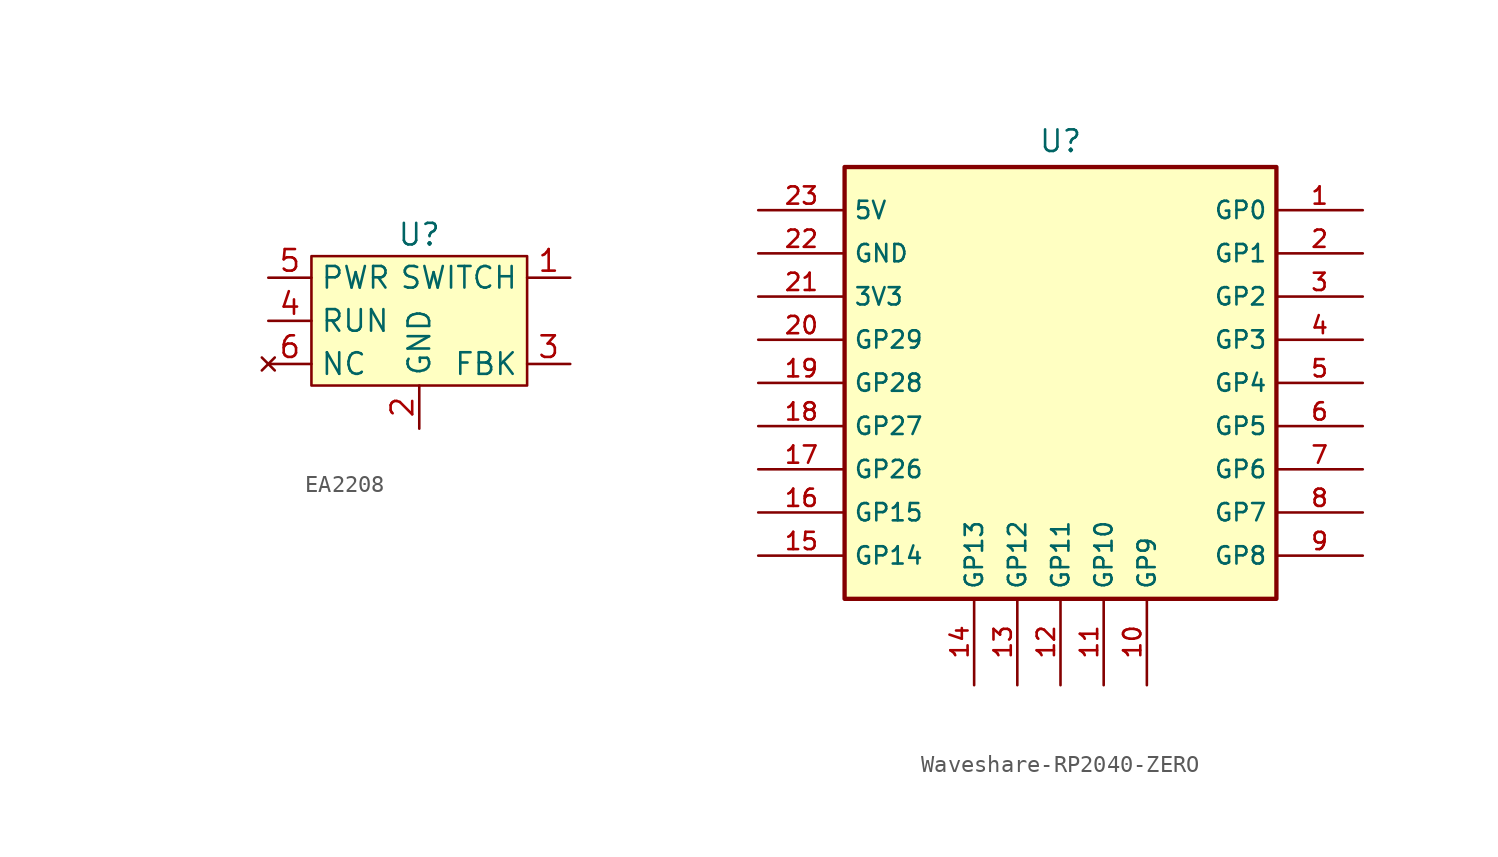
<source format=kicad_sym>
(kicad_symbol_lib
  (version 20231120)
  (generator "kicad_symbol_editor")
  (generator_version "8.0")
  (symbol "EA2208"
    (property "Reference" "U"
      (at 0 5.08 0)
      (effects (font (size 1.27 1.27))))
    (property "Value" ""
      (at -17.78 12.7 0)
      (effects (font (size 1.27 1.27))))
    (symbol "EA2208_1_1"
      (rectangle (start -6.35 3.81) (end 6.35 -3.81) (stroke (width 0) (type default)) (fill (type background)))
      (pin power_out line (at 8.89 2.54 180) (length 2.54) (name "SWITCH" (effects (font (size 1.27 1.27)))) (number "1" (effects (font (size 1.27 1.27)))))
      (pin power_in line (at 0 -6.35 90) (length 2.54) (name "GND" (effects (font (size 1.27 1.27)))) (number "2" (effects (font (size 1.27 1.27)))))
      (pin input line (at 8.89 -2.54 180) (length 2.54) (name "FBK" (effects (font (size 1.27 1.27)))) (number "3" (effects (font (size 1.27 1.27)))))
      (pin input line (at -8.89 0 0) (length 2.54) (name "RUN" (effects (font (size 1.27 1.27)))) (number "4" (effects (font (size 1.27 1.27)))))
      (pin power_in line (at -8.89 2.54 0) (length 2.54) (name "PWR" (effects (font (size 1.27 1.27)))) (number "5" (effects (font (size 1.27 1.27)))))
      (pin no_connect line (at -8.89 -2.54 0) (length 2.54) (name "NC" (effects (font (size 1.27 1.27)))) (number "6" (effects (font (size 1.27 1.27)))))))
  (symbol "Waveshare-RP2040-ZERO"
    (property "Reference" "U"
      (at 0 14.224 0)
      (effects (font (size 1.27 1.27))))
    (property "Value" ""
      (at 0 0 0)
      (effects (font (size 1.27 1.27))))
    (symbol "Waveshare-RP2040-ZERO_0_0"
      (rectangle (start -12.7 12.7) (end 12.7 -12.7) (stroke (width 0.254) (type default)) (fill (type background)))
      (pin bidirectional line (at 17.78 10.16 180) (length 5.08) (name "GP0" (effects (font (size 1.016 1.016)))) (number "1" (effects (font (size 1.016 1.016)))))
      (pin bidirectional line (at 5.08 -17.78 90) (length 5.08) (name "GP9" (effects (font (size 1.016 1.016)))) (number "10" (effects (font (size 1.016 1.016)))))
      (pin bidirectional line (at 2.54 -17.78 90) (length 5.08) (name "GP10" (effects (font (size 1.016 1.016)))) (number "11" (effects (font (size 1.016 1.016)))))
      (pin bidirectional line (at 0 -17.78 90) (length 5.08) (name "GP11" (effects (font (size 1.016 1.016)))) (number "12" (effects (font (size 1.016 1.016)))))
      (pin bidirectional line (at -2.54 -17.78 90) (length 5.08) (name "GP12" (effects (font (size 1.016 1.016)))) (number "13" (effects (font (size 1.016 1.016)))))
      (pin bidirectional line (at -5.08 -17.78 90) (length 5.08) (name "GP13" (effects (font (size 1.016 1.016)))) (number "14" (effects (font (size 1.016 1.016)))))
      (pin bidirectional line (at -17.78 -10.16 0) (length 5.08) (name "GP14" (effects (font (size 1.016 1.016)))) (number "15" (effects (font (size 1.016 1.016)))))
      (pin bidirectional line (at -17.78 -7.62 0) (length 5.08) (name "GP15" (effects (font (size 1.016 1.016)))) (number "16" (effects (font (size 1.016 1.016)))))
      (pin bidirectional line (at -17.78 -5.08 0) (length 5.08) (name "GP26" (effects (font (size 1.016 1.016)))) (number "17" (effects (font (size 1.016 1.016)))))
      (pin bidirectional line (at -17.78 -2.54 0) (length 5.08) (name "GP27" (effects (font (size 1.016 1.016)))) (number "18" (effects (font (size 1.016 1.016)))))
      (pin bidirectional line (at -17.78 0 0) (length 5.08) (name "GP28" (effects (font (size 1.016 1.016)))) (number "19" (effects (font (size 1.016 1.016)))))
      (pin bidirectional line (at 17.78 7.62 180) (length 5.08) (name "GP1" (effects (font (size 1.016 1.016)))) (number "2" (effects (font (size 1.016 1.016)))))
      (pin bidirectional line (at -17.78 2.54 0) (length 5.08) (name "GP29" (effects (font (size 1.016 1.016)))) (number "20" (effects (font (size 1.016 1.016)))))
      (pin power_in line (at -17.78 5.08 0) (length 5.08) (name "3V3" (effects (font (size 1.016 1.016)))) (number "21" (effects (font (size 1.016 1.016)))))
      (pin power_in line (at -17.78 7.62 0) (length 5.08) (name "GND" (effects (font (size 1.016 1.016)))) (number "22" (effects (font (size 1.016 1.016)))))
      (pin power_in line (at -17.78 10.16 0) (length 5.08) (name "5V" (effects (font (size 1.016 1.016)))) (number "23" (effects (font (size 1.016 1.016)))))
      (pin bidirectional line (at 17.78 5.08 180) (length 5.08) (name "GP2" (effects (font (size 1.016 1.016)))) (number "3" (effects (font (size 1.016 1.016)))))
      (pin bidirectional line (at 17.78 2.54 180) (length 5.08) (name "GP3" (effects (font (size 1.016 1.016)))) (number "4" (effects (font (size 1.016 1.016)))))
      (pin bidirectional line (at 17.78 0 180) (length 5.08) (name "GP4" (effects (font (size 1.016 1.016)))) (number "5" (effects (font (size 1.016 1.016)))))
      (pin bidirectional line (at 17.78 -2.54 180) (length 5.08) (name "GP5" (effects (font (size 1.016 1.016)))) (number "6" (effects (font (size 1.016 1.016)))))
      (pin bidirectional line (at 17.78 -5.08 180) (length 5.08) (name "GP6" (effects (font (size 1.016 1.016)))) (number "7" (effects (font (size 1.016 1.016)))))
      (pin bidirectional line (at 17.78 -7.62 180) (length 5.08) (name "GP7" (effects (font (size 1.016 1.016)))) (number "8" (effects (font (size 1.016 1.016)))))
      (pin bidirectional line (at 17.78 -10.16 180) (length 5.08) (name "GP8" (effects (font (size 1.016 1.016)))) (number "9" (effects (font (size 1.016 1.016))))))))
</source>
